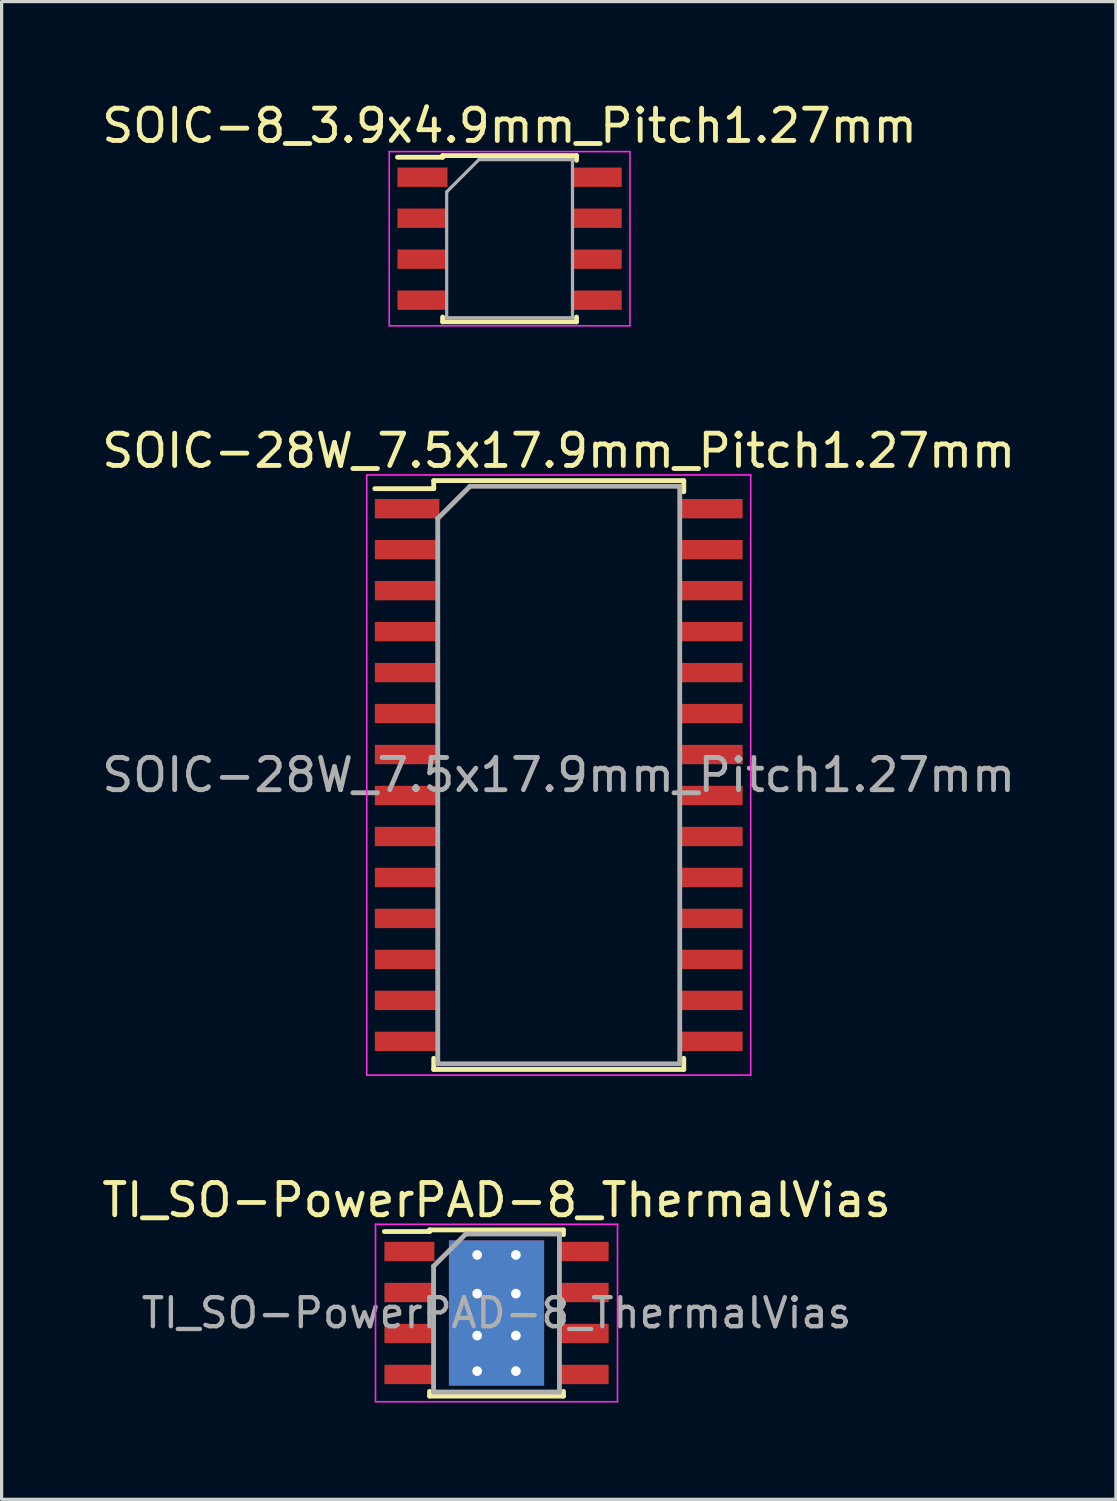
<source format=kicad_pcb>
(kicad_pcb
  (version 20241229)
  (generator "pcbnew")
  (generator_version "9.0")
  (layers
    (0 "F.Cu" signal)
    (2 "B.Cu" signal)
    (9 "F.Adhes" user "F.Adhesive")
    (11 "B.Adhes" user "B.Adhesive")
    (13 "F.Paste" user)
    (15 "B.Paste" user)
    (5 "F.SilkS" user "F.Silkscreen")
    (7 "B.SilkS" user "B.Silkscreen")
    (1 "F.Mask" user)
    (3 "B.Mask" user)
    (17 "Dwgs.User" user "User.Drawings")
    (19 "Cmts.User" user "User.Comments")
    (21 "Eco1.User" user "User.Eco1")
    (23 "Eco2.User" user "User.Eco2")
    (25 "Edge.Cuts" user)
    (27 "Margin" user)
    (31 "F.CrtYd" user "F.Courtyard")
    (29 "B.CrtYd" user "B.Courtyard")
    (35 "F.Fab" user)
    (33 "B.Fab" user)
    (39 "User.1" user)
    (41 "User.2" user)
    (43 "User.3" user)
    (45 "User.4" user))
  (footprint "SOIC-8_3.9x4.9mm_Pitch1.27mm"
    (layer "F.Cu")
    (at 12.744 4.348)
    (property "Reference" "SOIC-8_3.9x4.9mm_Pitch1.27mm" (at 0 -3.5 0) (layer "F.SilkS") (effects (font (size 1 1) (thickness 0.15))))
    (attr smd)
    (fp_line (start -2.075 -2.575) (end -2.075 -2.525) (stroke (width 0.15) (type solid)) (layer "F.SilkS"))
    (fp_line (start -2.075 -2.575) (end 2.075 -2.575) (stroke (width 0.15) (type solid)) (layer "F.SilkS"))
    (fp_line (start -2.075 -2.525) (end -3.475 -2.525) (stroke (width 0.15) (type solid)) (layer "F.SilkS"))
    (fp_line (start -2.075 2.575) (end -2.075 2.43) (stroke (width 0.15) (type solid)) (layer "F.SilkS"))
    (fp_line (start -2.075 2.575) (end 2.075 2.575) (stroke (width 0.15) (type solid)) (layer "F.SilkS"))
    (fp_line (start 2.075 -2.575) (end 2.075 -2.43) (stroke (width 0.15) (type solid)) (layer "F.SilkS"))
    (fp_line (start 2.075 2.575) (end 2.075 2.43) (stroke (width 0.15) (type solid)) (layer "F.SilkS"))
    (fp_line (start -3.73 -2.7) (end -3.73 2.7) (stroke (width 0.05) (type solid)) (layer "F.CrtYd"))
    (fp_line (start -3.73 -2.7) (end 3.73 -2.7) (stroke (width 0.05) (type solid)) (layer "F.CrtYd"))
    (fp_line (start -3.73 2.7) (end 3.73 2.7) (stroke (width 0.05) (type solid)) (layer "F.CrtYd"))
    (fp_line (start 3.73 -2.7) (end 3.73 2.7) (stroke (width 0.05) (type solid)) (layer "F.CrtYd"))
    (fp_line (start -1.95 -1.45) (end -0.95 -2.45) (stroke (width 0.1) (type solid)) (layer "F.Fab"))
    (fp_line (start -1.95 2.45) (end -1.95 -1.45) (stroke (width 0.1) (type solid)) (layer "F.Fab"))
    (fp_line (start -0.95 -2.45) (end 1.95 -2.45) (stroke (width 0.1) (type solid)) (layer "F.Fab"))
    (fp_line (start 1.95 -2.45) (end 1.95 2.45) (stroke (width 0.1) (type solid)) (layer "F.Fab"))
    (fp_line (start 1.95 2.45) (end -1.95 2.45) (stroke (width 0.1) (type solid)) (layer "F.Fab"))
    (pad "1" smd rect (at -2.7 -1.905) (size 1.55 0.6) (layers "F.Cu" "F.Mask" "F.Paste"))
    (pad "2" smd rect (at -2.7 -0.635) (size 1.55 0.6) (layers "F.Cu" "F.Mask" "F.Paste"))
    (pad "3" smd rect (at -2.7 0.635) (size 1.55 0.6) (layers "F.Cu" "F.Mask" "F.Paste"))
    (pad "4" smd rect (at -2.7 1.905) (size 1.55 0.6) (layers "F.Cu" "F.Mask" "F.Paste"))
    (pad "5" smd rect (at 2.7 1.905) (size 1.55 0.6) (layers "F.Cu" "F.Mask" "F.Paste"))
    (pad "6" smd rect (at 2.7 0.635) (size 1.55 0.6) (layers "F.Cu" "F.Mask" "F.Paste"))
    (pad "7" smd rect (at 2.7 -0.635) (size 1.55 0.6) (layers "F.Cu" "F.Mask" "F.Paste"))
    (pad "8" smd rect (at 2.7 -1.905) (size 1.55 0.6) (layers "F.Cu" "F.Mask" "F.Paste")))
  (footprint "SOIC-28W_7.5x17.9mm_Pitch1.27mm"
    (layer "F.Cu")
    (at 14.268 20.971)
    (property "Reference" "SOIC-28W_7.5x17.9mm_Pitch1.27mm" (at 0 -10.05 0) (layer "F.SilkS") (effects (font (size 1 1) (thickness 0.15))))
    (attr smd)
    (fp_line (start -3.875 -9.125) (end -3.875 -8.875) (stroke (width 0.15) (type solid)) (layer "F.SilkS"))
    (fp_line (start -3.875 -9.125) (end 3.875 -9.125) (stroke (width 0.15) (type solid)) (layer "F.SilkS"))
    (fp_line (start -3.875 -8.875) (end -5.7 -8.875) (stroke (width 0.15) (type solid)) (layer "F.SilkS"))
    (fp_line (start -3.875 9.125) (end -3.875 8.78) (stroke (width 0.15) (type solid)) (layer "F.SilkS"))
    (fp_line (start -3.875 9.125) (end 3.875 9.125) (stroke (width 0.15) (type solid)) (layer "F.SilkS"))
    (fp_line (start 3.875 -9.125) (end 3.875 -8.78) (stroke (width 0.15) (type solid)) (layer "F.SilkS"))
    (fp_line (start 3.875 9.125) (end 3.875 8.78) (stroke (width 0.15) (type solid)) (layer "F.SilkS"))
    (fp_line (start -5.95 -9.3) (end -5.95 9.3) (stroke (width 0.05) (type solid)) (layer "F.CrtYd"))
    (fp_line (start -5.95 -9.3) (end 5.95 -9.3) (stroke (width 0.05) (type solid)) (layer "F.CrtYd"))
    (fp_line (start -5.95 9.3) (end 5.95 9.3) (stroke (width 0.05) (type solid)) (layer "F.CrtYd"))
    (fp_line (start 5.95 -9.3) (end 5.95 9.3) (stroke (width 0.05) (type solid)) (layer "F.CrtYd"))
    (fp_line (start -3.75 -7.95) (end -2.75 -8.95) (stroke (width 0.15) (type solid)) (layer "F.Fab"))
    (fp_line (start -3.75 8.95) (end -3.75 -7.95) (stroke (width 0.15) (type solid)) (layer "F.Fab"))
    (fp_line (start -2.75 -8.95) (end 3.75 -8.95) (stroke (width 0.15) (type solid)) (layer "F.Fab"))
    (fp_line (start 3.75 -8.95) (end 3.75 8.95) (stroke (width 0.15) (type solid)) (layer "F.Fab"))
    (fp_line (start 3.75 8.95) (end -3.75 8.95) (stroke (width 0.15) (type solid)) (layer "F.Fab"))
    (fp_text user "${REFERENCE}" (at 0 0 0) (layer "F.Fab") (effects (font (size 1 1) (thickness 0.15))))
    (pad "1" smd rect (at -4.7 -8.255) (size 2 0.6) (layers "F.Cu" "F.Mask" "F.Paste"))
    (pad "2" smd rect (at -4.7 -6.985) (size 2 0.6) (layers "F.Cu" "F.Mask" "F.Paste"))
    (pad "3" smd rect (at -4.7 -5.715) (size 2 0.6) (layers "F.Cu" "F.Mask" "F.Paste"))
    (pad "4" smd rect (at -4.7 -4.445) (size 2 0.6) (layers "F.Cu" "F.Mask" "F.Paste"))
    (pad "5" smd rect (at -4.7 -3.175) (size 2 0.6) (layers "F.Cu" "F.Mask" "F.Paste"))
    (pad "6" smd rect (at -4.7 -1.905) (size 2 0.6) (layers "F.Cu" "F.Mask" "F.Paste"))
    (pad "7" smd rect (at -4.7 -0.635) (size 2 0.6) (layers "F.Cu" "F.Mask" "F.Paste"))
    (pad "8" smd rect (at -4.7 0.635) (size 2 0.6) (layers "F.Cu" "F.Mask" "F.Paste"))
    (pad "9" smd rect (at -4.7 1.905) (size 2 0.6) (layers "F.Cu" "F.Mask" "F.Paste"))
    (pad "10" smd rect (at -4.7 3.175) (size 2 0.6) (layers "F.Cu" "F.Mask" "F.Paste"))
    (pad "11" smd rect (at -4.7 4.445) (size 2 0.6) (layers "F.Cu" "F.Mask" "F.Paste"))
    (pad "12" smd rect (at -4.7 5.715) (size 2 0.6) (layers "F.Cu" "F.Mask" "F.Paste"))
    (pad "13" smd rect (at -4.7 6.985) (size 2 0.6) (layers "F.Cu" "F.Mask" "F.Paste"))
    (pad "14" smd rect (at -4.7 8.255) (size 2 0.6) (layers "F.Cu" "F.Mask" "F.Paste"))
    (pad "15" smd rect (at 4.7 8.255) (size 2 0.6) (layers "F.Cu" "F.Mask" "F.Paste"))
    (pad "16" smd rect (at 4.7 6.985) (size 2 0.6) (layers "F.Cu" "F.Mask" "F.Paste"))
    (pad "17" smd rect (at 4.7 5.715) (size 2 0.6) (layers "F.Cu" "F.Mask" "F.Paste"))
    (pad "18" smd rect (at 4.7 4.445) (size 2 0.6) (layers "F.Cu" "F.Mask" "F.Paste"))
    (pad "19" smd rect (at 4.7 3.175) (size 2 0.6) (layers "F.Cu" "F.Mask" "F.Paste"))
    (pad "20" smd rect (at 4.7 1.905) (size 2 0.6) (layers "F.Cu" "F.Mask" "F.Paste"))
    (pad "21" smd rect (at 4.7 0.635) (size 2 0.6) (layers "F.Cu" "F.Mask" "F.Paste"))
    (pad "22" smd rect (at 4.7 -0.635) (size 2 0.6) (layers "F.Cu" "F.Mask" "F.Paste"))
    (pad "23" smd rect (at 4.7 -1.905) (size 2 0.6) (layers "F.Cu" "F.Mask" "F.Paste"))
    (pad "24" smd rect (at 4.7 -3.175) (size 2 0.6) (layers "F.Cu" "F.Mask" "F.Paste"))
    (pad "25" smd rect (at 4.7 -4.445) (size 2 0.6) (layers "F.Cu" "F.Mask" "F.Paste"))
    (pad "26" smd rect (at 4.7 -5.715) (size 2 0.6) (layers "F.Cu" "F.Mask" "F.Paste"))
    (pad "27" smd rect (at 4.7 -6.985) (size 2 0.6) (layers "F.Cu" "F.Mask" "F.Paste"))
    (pad "28" smd rect (at 4.7 -8.255) (size 2 0.6) (layers "F.Cu" "F.Mask" "F.Paste")))
  (footprint "TI_SO-PowerPAD-8_ThermalVias"
    (layer "F.Cu")
    (at 12.339 37.645)
    (property "Reference" "TI_SO-PowerPAD-8_ThermalVias" (at 0 -3.5 0) (layer "F.SilkS") (effects (font (size 1 1) (thickness 0.15))))
    (attr smd)
    (fp_line (start -2.075 -2.575) (end -2.075 -2.525) (stroke (width 0.15) (type solid)) (layer "F.SilkS"))
    (fp_line (start -2.075 -2.575) (end 2.075 -2.575) (stroke (width 0.15) (type solid)) (layer "F.SilkS"))
    (fp_line (start -2.075 -2.525) (end -3.475 -2.525) (stroke (width 0.15) (type solid)) (layer "F.SilkS"))
    (fp_line (start -2.075 2.575) (end -2.075 2.43) (stroke (width 0.15) (type solid)) (layer "F.SilkS"))
    (fp_line (start -2.075 2.575) (end 2.075 2.575) (stroke (width 0.15) (type solid)) (layer "F.SilkS"))
    (fp_line (start 2.075 -2.575) (end 2.075 -2.43) (stroke (width 0.15) (type solid)) (layer "F.SilkS"))
    (fp_line (start 2.075 2.575) (end 2.075 2.43) (stroke (width 0.15) (type solid)) (layer "F.SilkS"))
    (fp_line (start -3.75 -2.75) (end -3.75 2.75) (stroke (width 0.05) (type solid)) (layer "F.CrtYd"))
    (fp_line (start -3.75 -2.75) (end 3.75 -2.75) (stroke (width 0.05) (type solid)) (layer "F.CrtYd"))
    (fp_line (start -3.75 2.75) (end 3.75 2.75) (stroke (width 0.05) (type solid)) (layer "F.CrtYd"))
    (fp_line (start 3.75 -2.75) (end 3.75 2.75) (stroke (width 0.05) (type solid)) (layer "F.CrtYd"))
    (fp_line (start -1.95 -1.45) (end -0.95 -2.45) (stroke (width 0.15) (type solid)) (layer "F.Fab"))
    (fp_line (start -1.95 2.45) (end -1.95 -1.45) (stroke (width 0.15) (type solid)) (layer "F.Fab"))
    (fp_line (start -0.95 -2.45) (end 1.95 -2.45) (stroke (width 0.15) (type solid)) (layer "F.Fab"))
    (fp_line (start 1.95 -2.45) (end 1.95 2.45) (stroke (width 0.15) (type solid)) (layer "F.Fab"))
    (fp_line (start 1.95 2.45) (end -1.95 2.45) (stroke (width 0.15) (type solid)) (layer "F.Fab"))
    (fp_text user "${REFERENCE}" (at 0 0 0) (layer "F.Fab") (effects (font (size 0.9 0.9) (thickness 0.135))))
    (pad "1" smd rect (at -2.7 -1.905) (size 1.55 0.6) (layers "F.Cu" "F.Mask" "F.Paste"))
    (pad "2" smd rect (at -2.7 -0.635) (size 1.55 0.6) (layers "F.Cu" "F.Mask" "F.Paste"))
    (pad "3" smd rect (at -2.7 0.635) (size 1.55 0.6) (layers "F.Cu" "F.Mask" "F.Paste"))
    (pad "4" smd rect (at -2.7 1.905) (size 1.55 0.6) (layers "F.Cu" "F.Mask" "F.Paste"))
    (pad "5" smd rect (at 2.7 1.905) (size 1.55 0.6) (layers "F.Cu" "F.Mask" "F.Paste"))
    (pad "6" smd rect (at 2.7 0.635) (size 1.55 0.6) (layers "F.Cu" "F.Mask" "F.Paste"))
    (pad "7" smd rect (at 2.7 -0.635) (size 1.55 0.6) (layers "F.Cu" "F.Mask" "F.Paste"))
    (pad "8" smd rect (at 2.7 -1.905) (size 1.55 0.6) (layers "F.Cu" "F.Mask" "F.Paste"))
    (pad "9" thru_hole circle (at -0.6 -1.8) (size 0.6 0.6) (drill 0.3) (layers "*.Cu"))
    (pad "9" thru_hole circle (at -0.6 -0.6) (size 0.6 0.6) (drill 0.3) (layers "*.Cu"))
    (pad "9" thru_hole circle (at -0.6 0.7) (size 0.6 0.6) (drill 0.3) (layers "*.Cu"))
    (pad "9" thru_hole circle (at -0.6 1.8) (size 0.6 0.6) (drill 0.3) (layers "*.Cu"))
    (pad "9" smd rect (at 0 0) (size 2.6 3.1) (layers "F.Cu" "F.Mask" "F.Paste"))
    (pad "9" smd rect (at 0 0) (size 2.95 4.5) (layers "F.Cu"))
    (pad "9" smd rect (at 0 0) (size 2.95 4.5) (layers "B.Cu"))
    (pad "9" thru_hole circle (at 0.6 -1.8) (size 0.6 0.6) (drill 0.3) (layers "*.Cu"))
    (pad "9" thru_hole circle (at 0.6 -0.6) (size 0.6 0.6) (drill 0.3) (layers "*.Cu"))
    (pad "9" thru_hole circle (at 0.6 0.7) (size 0.6 0.6) (drill 0.3) (layers "*.Cu"))
    (pad "9" thru_hole circle (at 0.6 1.8) (size 0.6 0.6) (drill 0.3) (layers "*.Cu")))
  (gr_rect
    (start -3 -3)
    (end 31.536 43.42)
    (stroke (width 0.1) (type default))
    (fill no)
    (layer "Edge.Cuts")))
</source>
